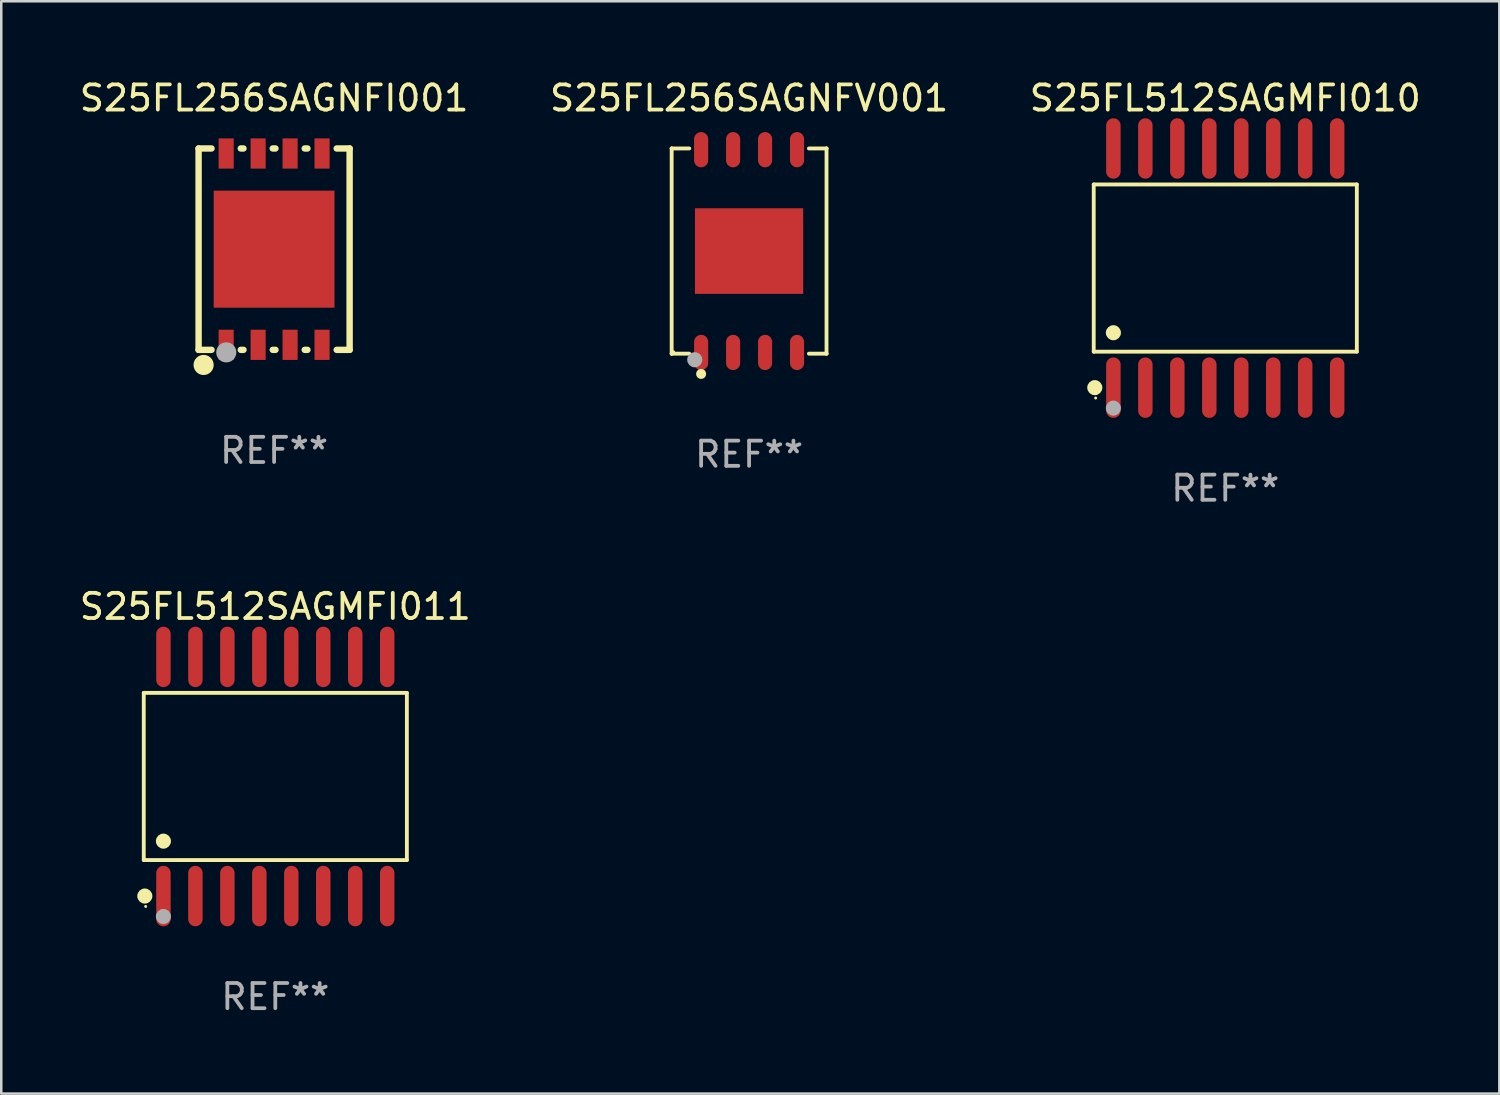
<source format=kicad_pcb>
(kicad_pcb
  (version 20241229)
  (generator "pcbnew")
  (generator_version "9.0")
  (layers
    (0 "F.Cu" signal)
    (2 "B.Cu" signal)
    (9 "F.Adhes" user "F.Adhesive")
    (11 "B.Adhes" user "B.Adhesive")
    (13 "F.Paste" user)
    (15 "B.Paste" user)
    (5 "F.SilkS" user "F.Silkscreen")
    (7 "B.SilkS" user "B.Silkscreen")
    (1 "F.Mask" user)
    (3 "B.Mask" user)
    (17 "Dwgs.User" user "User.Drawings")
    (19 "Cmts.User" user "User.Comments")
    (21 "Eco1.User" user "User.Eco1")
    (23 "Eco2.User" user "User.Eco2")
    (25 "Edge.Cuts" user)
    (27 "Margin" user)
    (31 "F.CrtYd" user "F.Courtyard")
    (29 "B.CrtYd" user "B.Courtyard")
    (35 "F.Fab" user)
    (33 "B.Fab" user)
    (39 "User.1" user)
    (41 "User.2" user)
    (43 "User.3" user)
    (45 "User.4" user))
  (footprint "S25FL512SAGMFI011"
    (layer "F.Cu")
    (at 7.887 27.796)
    (property "Reference" "S25FL512SAGMFI011" (at 0 -6.75 0) (layer "F.SilkS") (effects (font (size 1 1) (thickness 0.15))))
    (attr through_hole)
    (fp_line (start -5.226 -3.321) (end 5.226 -3.321) (stroke (width 0.152) (type solid)) (layer "F.SilkS"))
    (fp_line (start -5.226 3.321) (end -5.226 -3.321) (stroke (width 0.152) (type solid)) (layer "F.SilkS"))
    (fp_line (start 5.226 -3.321) (end 5.226 3.321) (stroke (width 0.152) (type solid)) (layer "F.SilkS"))
    (fp_line (start 5.226 3.321) (end -5.226 3.321) (stroke (width 0.152) (type solid)) (layer "F.SilkS"))
    (fp_circle (center -5.184 4.75) (end -5.034 4.75) (stroke (width 0.3) (type solid)) (fill no) (layer "F.SilkS"))
    (fp_circle (center -5.15 5.163) (end -5.12 5.163) (stroke (width 0.06) (type solid)) (fill no) (layer "F.SilkS"))
    (fp_circle (center -4.445 2.569) (end -4.295 2.569) (stroke (width 0.3) (type solid)) (fill no) (layer "F.SilkS"))
    (fp_circle (center -4.445 5.563) (end -4.295 5.563) (stroke (width 0.3) (type solid)) (fill no) (layer "F.Fab"))
    (fp_text user "REF**" (at 0 8.75 0) (layer "F.Fab") (effects (font (size 1 1) (thickness 0.15))))
    (pad "1" smd oval (at -4.445 4.75) (size 0.574 2.401) (layers "F.Cu" "F.Mask" "F.Paste"))
    (pad "2" smd oval (at -3.175 4.75) (size 0.574 2.401) (layers "F.Cu" "F.Mask" "F.Paste"))
    (pad "3" smd oval (at -1.905 4.75) (size 0.574 2.401) (layers "F.Cu" "F.Mask" "F.Paste"))
    (pad "4" smd oval (at -0.635 4.75) (size 0.574 2.401) (layers "F.Cu" "F.Mask" "F.Paste"))
    (pad "5" smd oval (at 0.635 4.75) (size 0.574 2.401) (layers "F.Cu" "F.Mask" "F.Paste"))
    (pad "6" smd oval (at 1.905 4.75) (size 0.574 2.401) (layers "F.Cu" "F.Mask" "F.Paste"))
    (pad "7" smd oval (at 3.175 4.75) (size 0.574 2.401) (layers "F.Cu" "F.Mask" "F.Paste"))
    (pad "8" smd oval (at 4.445 4.75) (size 0.574 2.401) (layers "F.Cu" "F.Mask" "F.Paste"))
    (pad "9" smd oval (at 4.445 -4.75) (size 0.574 2.401) (layers "F.Cu" "F.Mask" "F.Paste"))
    (pad "10" smd oval (at 3.175 -4.75) (size 0.574 2.401) (layers "F.Cu" "F.Mask" "F.Paste"))
    (pad "11" smd oval (at 1.905 -4.75) (size 0.574 2.401) (layers "F.Cu" "F.Mask" "F.Paste"))
    (pad "12" smd oval (at 0.635 -4.75) (size 0.574 2.401) (layers "F.Cu" "F.Mask" "F.Paste"))
    (pad "13" smd oval (at -0.635 -4.75) (size 0.574 2.401) (layers "F.Cu" "F.Mask" "F.Paste"))
    (pad "14" smd oval (at -1.905 -4.75) (size 0.574 2.401) (layers "F.Cu" "F.Mask" "F.Paste"))
    (pad "15" smd oval (at -3.175 -4.75) (size 0.574 2.401) (layers "F.Cu" "F.Mask" "F.Paste"))
    (pad "16" smd oval (at -4.445 -4.75) (size 0.574 2.401) (layers "F.Cu" "F.Mask" "F.Paste")))
  (footprint "S25FL256SAGNFV001"
    (layer "F.Cu")
    (at 26.708 6.924)
    (property "Reference" "S25FL256SAGNFV001" (at 0 -6.076 0) (layer "F.SilkS") (effects (font (size 1 1) (thickness 0.15))))
    (attr through_hole)
    (fp_line (start -3.076 -4.076) (end -3.076 -4.076) (stroke (width 0.152) (type solid)) (layer "F.SilkS"))
    (fp_line (start -3.076 -4.076) (end -2.376 -4.076) (stroke (width 0.152) (type solid)) (layer "F.SilkS"))
    (fp_line (start -3.076 4.076) (end -3.076 -4.076) (stroke (width 0.152) (type solid)) (layer "F.SilkS"))
    (fp_line (start -3.076 4.076) (end -3.076 4.076) (stroke (width 0.152) (type solid)) (layer "F.SilkS"))
    (fp_line (start -2.376 4.076) (end -3.076 4.076) (stroke (width 0.152) (type solid)) (layer "F.SilkS"))
    (fp_line (start 2.376 4.076) (end 3.076 4.076) (stroke (width 0.152) (type solid)) (layer "F.SilkS"))
    (fp_line (start 3.076 -4.076) (end 2.376 -4.076) (stroke (width 0.152) (type solid)) (layer "F.SilkS"))
    (fp_line (start 3.076 -4.076) (end 3.076 -4.076) (stroke (width 0.152) (type solid)) (layer "F.SilkS"))
    (fp_line (start 3.076 4.076) (end 3.076 -4.076) (stroke (width 0.152) (type solid)) (layer "F.SilkS"))
    (fp_line (start 3.076 4.076) (end 3.076 4.076) (stroke (width 0.152) (type solid)) (layer "F.SilkS"))
    (fp_circle (center -3 4) (end -2.97 4) (stroke (width 0.06) (type solid)) (fill no) (layer "F.SilkS"))
    (fp_circle (center -1.905 4.88) (end -1.805 4.88) (stroke (width 0.2) (type solid)) (fill no) (layer "F.SilkS"))
    (fp_circle (center -2.159 4.318) (end -2.009 4.318) (stroke (width 0.3) (type solid)) (fill no) (layer "F.Fab"))
    (fp_text user "REF**" (at 0 8.076 0) (layer "F.Fab") (effects (font (size 1 1) (thickness 0.15))))
    (pad "1" smd oval (at -1.905 4.027) (size 0.56 1.4) (layers "F.Cu" "F.Mask" "F.Paste"))
    (pad "2" smd oval (at -0.635 4.027) (size 0.56 1.4) (layers "F.Cu" "F.Mask" "F.Paste"))
    (pad "3" smd oval (at 0.635 4.027) (size 0.56 1.4) (layers "F.Cu" "F.Mask" "F.Paste"))
    (pad "4" smd oval (at 1.905 4.027) (size 0.56 1.4) (layers "F.Cu" "F.Mask" "F.Paste"))
    (pad "5" smd oval (at 1.905 -4.027) (size 0.56 1.4) (layers "F.Cu" "F.Mask" "F.Paste"))
    (pad "6" smd oval (at 0.635 -4.027) (size 0.56 1.4) (layers "F.Cu" "F.Mask" "F.Paste"))
    (pad "7" smd oval (at -0.635 -4.027) (size 0.56 1.4) (layers "F.Cu" "F.Mask" "F.Paste"))
    (pad "8" smd oval (at -1.905 -4.027) (size 0.56 1.4) (layers "F.Cu" "F.Mask" "F.Paste"))
    (pad "9" smd rect (at 0 0) (size 4.3 3.4) (layers "F.Cu" "F.Mask" "F.Paste")))
  (footprint "S25FL256SAGNFI001"
    (layer "F.Cu")
    (at 7.839 6.848)
    (property "Reference" "S25FL256SAGNFI001" (at 0 -6 0) (layer "F.SilkS") (effects (font (size 1 1) (thickness 0.15))))
    (attr through_hole)
    (fp_line (start -3 -4) (end -2.486 -4) (stroke (width 0.254) (type solid)) (layer "F.SilkS"))
    (fp_line (start -3 4) (end -3 -4) (stroke (width 0.254) (type solid)) (layer "F.SilkS"))
    (fp_line (start -2.486 4) (end -3 4) (stroke (width 0.254) (type solid)) (layer "F.SilkS"))
    (fp_line (start -1.324 -4) (end -1.216 -4) (stroke (width 0.254) (type solid)) (layer "F.SilkS"))
    (fp_line (start -1.216 4) (end -1.324 4) (stroke (width 0.254) (type solid)) (layer "F.SilkS"))
    (fp_line (start -0.054 -4) (end 0.054 -4) (stroke (width 0.254) (type solid)) (layer "F.SilkS"))
    (fp_line (start 0.054 4) (end -0.054 4) (stroke (width 0.254) (type solid)) (layer "F.SilkS"))
    (fp_line (start 1.216 -4) (end 1.324 -4) (stroke (width 0.254) (type solid)) (layer "F.SilkS"))
    (fp_line (start 1.324 4) (end 1.216 4) (stroke (width 0.254) (type solid)) (layer "F.SilkS"))
    (fp_line (start 2.486 -4) (end 3 -4) (stroke (width 0.254) (type solid)) (layer "F.SilkS"))
    (fp_line (start 3 -4) (end 3 4) (stroke (width 0.254) (type solid)) (layer "F.SilkS"))
    (fp_line (start 3 4) (end 2.486 4) (stroke (width 0.254) (type solid)) (layer "F.SilkS"))
    (fp_circle (center -3 4) (end -2.97 4) (stroke (width 0.06) (type solid)) (fill no) (layer "F.SilkS"))
    (fp_circle (center -2.8 4.6) (end -2.6 4.6) (stroke (width 0.4) (type solid)) (fill no) (layer "F.SilkS"))
    (fp_circle (center -1.9 4.1) (end -1.7 4.1) (stroke (width 0.4) (type solid)) (fill no) (layer "F.Fab"))
    (fp_text user "REF**" (at 0 8 0) (layer "F.Fab") (effects (font (size 1 1) (thickness 0.15))))
    (pad "1" smd rect (at -1.905 3.8) (size 0.6 1.2) (layers "F.Cu" "F.Mask" "F.Paste"))
    (pad "2" smd rect (at -0.635 3.8) (size 0.6 1.2) (layers "F.Cu" "F.Mask" "F.Paste"))
    (pad "3" smd rect (at 0.635 3.8) (size 0.6 1.2) (layers "F.Cu" "F.Mask" "F.Paste"))
    (pad "4" smd rect (at 1.905 3.8) (size 0.6 1.2) (layers "F.Cu" "F.Mask" "F.Paste"))
    (pad "5" smd rect (at 1.905 -3.8) (size 0.6 1.2) (layers "F.Cu" "F.Mask" "F.Paste"))
    (pad "6" smd rect (at 0.635 -3.8) (size 0.6 1.2) (layers "F.Cu" "F.Mask" "F.Paste"))
    (pad "7" smd rect (at -0.635 -3.8) (size 0.6 1.2) (layers "F.Cu" "F.Mask" "F.Paste"))
    (pad "8" smd rect (at -1.905 -3.8) (size 0.6 1.2) (layers "F.Cu" "F.Mask" "F.Paste"))
    (pad "9" smd rect (at 0 0) (size 4.8 4.65) (layers "F.Cu" "F.Mask" "F.Paste")))
  (footprint "S25FL512SAGMFI010"
    (layer "F.Cu")
    (at 45.625 7.599)
    (property "Reference" "S25FL512SAGMFI010" (at 0 -6.75 0) (layer "F.SilkS") (effects (font (size 1 1) (thickness 0.15))))
    (attr through_hole)
    (fp_line (start -5.226 -3.321) (end 5.226 -3.321) (stroke (width 0.152) (type solid)) (layer "F.SilkS"))
    (fp_line (start -5.226 3.321) (end -5.226 -3.321) (stroke (width 0.152) (type solid)) (layer "F.SilkS"))
    (fp_line (start 5.226 -3.321) (end 5.226 3.321) (stroke (width 0.152) (type solid)) (layer "F.SilkS"))
    (fp_line (start 5.226 3.321) (end -5.226 3.321) (stroke (width 0.152) (type solid)) (layer "F.SilkS"))
    (fp_circle (center -5.184 4.75) (end -5.034 4.75) (stroke (width 0.3) (type solid)) (fill no) (layer "F.SilkS"))
    (fp_circle (center -5.15 5.163) (end -5.12 5.163) (stroke (width 0.06) (type solid)) (fill no) (layer "F.SilkS"))
    (fp_circle (center -4.445 2.569) (end -4.295 2.569) (stroke (width 0.3) (type solid)) (fill no) (layer "F.SilkS"))
    (fp_circle (center -4.445 5.563) (end -4.295 5.563) (stroke (width 0.3) (type solid)) (fill no) (layer "F.Fab"))
    (fp_text user "REF**" (at 0 8.75 0) (layer "F.Fab") (effects (font (size 1 1) (thickness 0.15))))
    (pad "1" smd oval (at -4.445 4.75) (size 0.574 2.401) (layers "F.Cu" "F.Mask" "F.Paste"))
    (pad "2" smd oval (at -3.175 4.75) (size 0.574 2.401) (layers "F.Cu" "F.Mask" "F.Paste"))
    (pad "3" smd oval (at -1.905 4.75) (size 0.574 2.401) (layers "F.Cu" "F.Mask" "F.Paste"))
    (pad "4" smd oval (at -0.635 4.75) (size 0.574 2.401) (layers "F.Cu" "F.Mask" "F.Paste"))
    (pad "5" smd oval (at 0.635 4.75) (size 0.574 2.401) (layers "F.Cu" "F.Mask" "F.Paste"))
    (pad "6" smd oval (at 1.905 4.75) (size 0.574 2.401) (layers "F.Cu" "F.Mask" "F.Paste"))
    (pad "7" smd oval (at 3.175 4.75) (size 0.574 2.401) (layers "F.Cu" "F.Mask" "F.Paste"))
    (pad "8" smd oval (at 4.445 4.75) (size 0.574 2.401) (layers "F.Cu" "F.Mask" "F.Paste"))
    (pad "9" smd oval (at 4.445 -4.75) (size 0.574 2.401) (layers "F.Cu" "F.Mask" "F.Paste"))
    (pad "10" smd oval (at 3.175 -4.75) (size 0.574 2.401) (layers "F.Cu" "F.Mask" "F.Paste"))
    (pad "11" smd oval (at 1.905 -4.75) (size 0.574 2.401) (layers "F.Cu" "F.Mask" "F.Paste"))
    (pad "12" smd oval (at 0.635 -4.75) (size 0.574 2.401) (layers "F.Cu" "F.Mask" "F.Paste"))
    (pad "13" smd oval (at -0.635 -4.75) (size 0.574 2.401) (layers "F.Cu" "F.Mask" "F.Paste"))
    (pad "14" smd oval (at -1.905 -4.75) (size 0.574 2.401) (layers "F.Cu" "F.Mask" "F.Paste"))
    (pad "15" smd oval (at -3.175 -4.75) (size 0.574 2.401) (layers "F.Cu" "F.Mask" "F.Paste"))
    (pad "16" smd oval (at -4.445 -4.75) (size 0.574 2.401) (layers "F.Cu" "F.Mask" "F.Paste")))
  (gr_rect
    (start -3 -3)
    (end 56.512 40.394)
    (stroke (width 0.1) (type default))
    (fill no)
    (layer "Edge.Cuts")))
</source>
